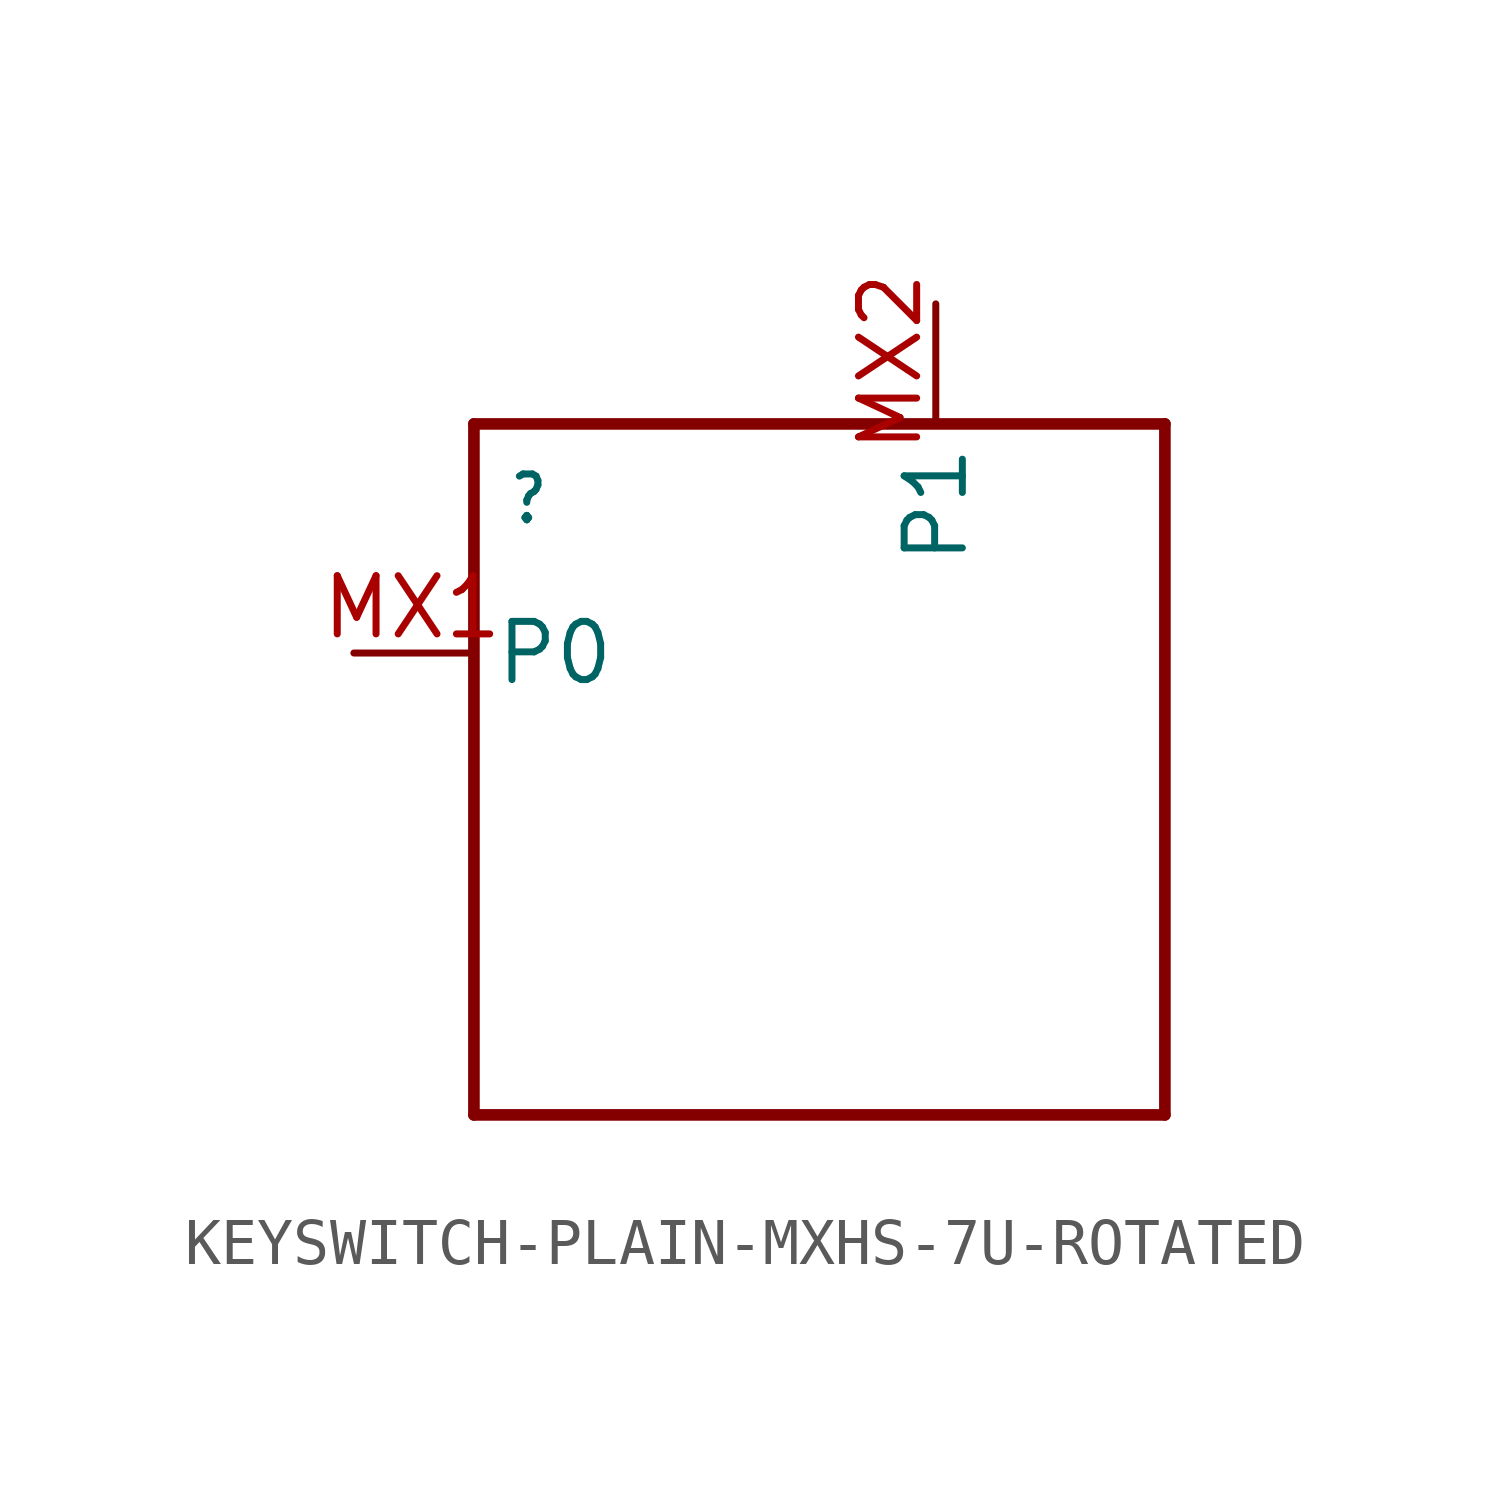
<source format=kicad_sym>
(kicad_symbol_lib
  (version 20211014)
  (generator kicad_symbol_editor)
  (symbol "KEYSWITCH-PLAIN-MXHS-7U-ROTATED"
    (property "Reference" ""
      (at -6.81 5.318 0)
      (effects (font (size 1 0.85)) (justify left bottom)))
    (property "ki_locked" ""
      (at 0 0 0)
      (effects (font (size 1.27 1.27))))
    (symbol "KEYSWITCH-PLAIN-MXHS-7U-ROTATED_1_0"
      (polyline (pts (xy -7.54 -7.54) (xy -7.54 7.54)) (stroke (width 0.254) (type default) (color 0 0 0 0)) (fill (type none)))
      (polyline (pts (xy -7.54 7.54) (xy 7.54 7.54)) (stroke (width 0.254) (type default) (color 0 0 0 0)) (fill (type none)))
      (polyline (pts (xy 7.54 -7.54) (xy -7.54 -7.54)) (stroke (width 0.254) (type default) (color 0 0 0 0)) (fill (type none)))
      (polyline (pts (xy 7.54 7.54) (xy 7.54 -7.54)) (stroke (width 0.254) (type default) (color 0 0 0 0)) (fill (type none)))
      (pin bidirectional line (at -10.16 2.54 0) (length 2.54) (name "P0" (effects (font (size 1.27 1.27)))) (number "MX1" (effects (font (size 1.27 1.27)))))
      (pin bidirectional line (at 2.54 10.16 270) (length 2.54) (name "P1" (effects (font (size 1.27 1.27)))) (number "MX2" (effects (font (size 1.27 1.27))))))))
</source>
